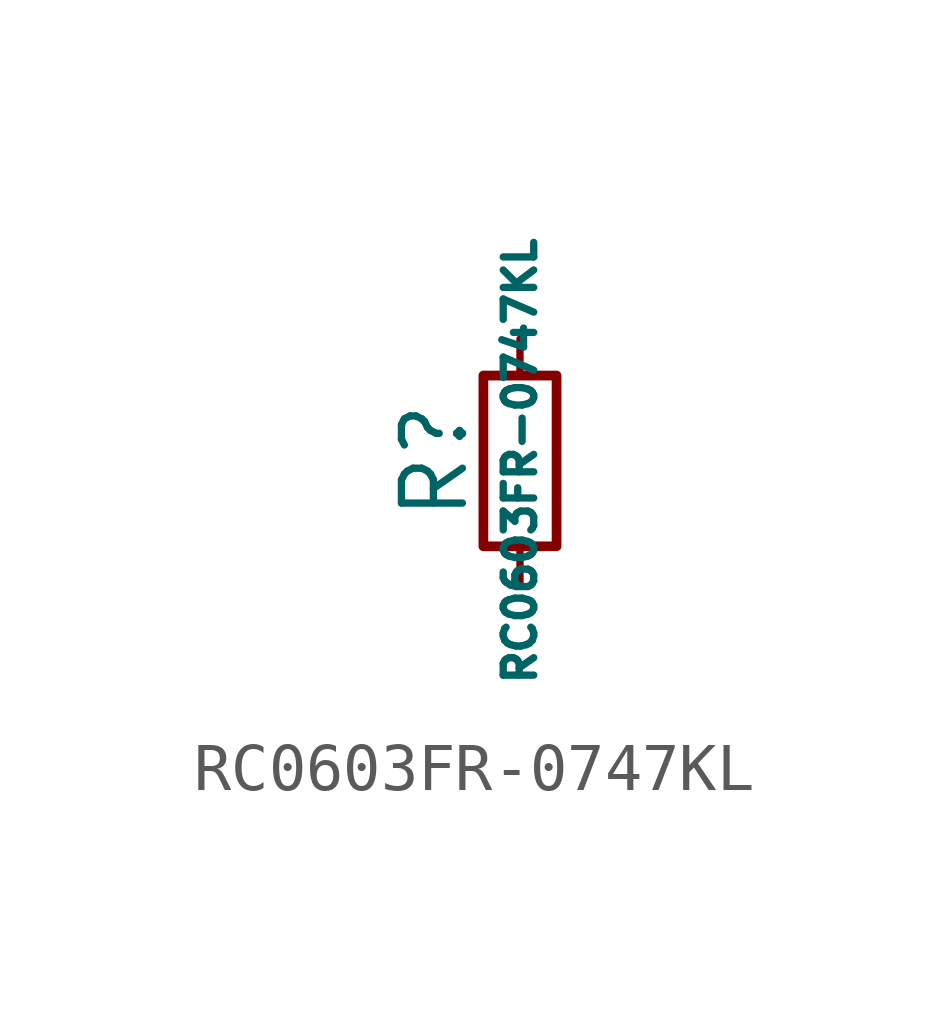
<source format=kicad_sym>
(kicad_symbol_lib
  (version 20220914)
  (generator kicad_symbol_editor)
  (symbol "RC0603FR-0747KL"
    (pin_numbers hide)
    (pin_names
      (offset 0.254) hide)
    (property "Reference" "R"
      (at -1.778 0 90)
      (effects (font (size 1.27 1.27))))
    (property "Value" "RC0603FR-0747KL"
      (at 0 0 90)
      (effects (font (size 0.635 0.635))))
    (symbol "RC0603FR-0747KL_0_1"
      (rectangle (start -0.762 1.778) (end 0.762 -1.778) (stroke (width 0.203) (type default)) (fill (type none))))
    (symbol "RC0603FR-0747KL_1_1"
      (pin passive line (at 0 2.54 270) (length 0.762) (name "~" (effects (font (size 1.27 1.27)))) (number "1" (effects (font (size 1.27 1.27)))))
      (pin passive line (at 0 -2.54 90) (length 0.762) (name "~" (effects (font (size 1.27 1.27)))) (number "2" (effects (font (size 1.27 1.27))))))))
</source>
